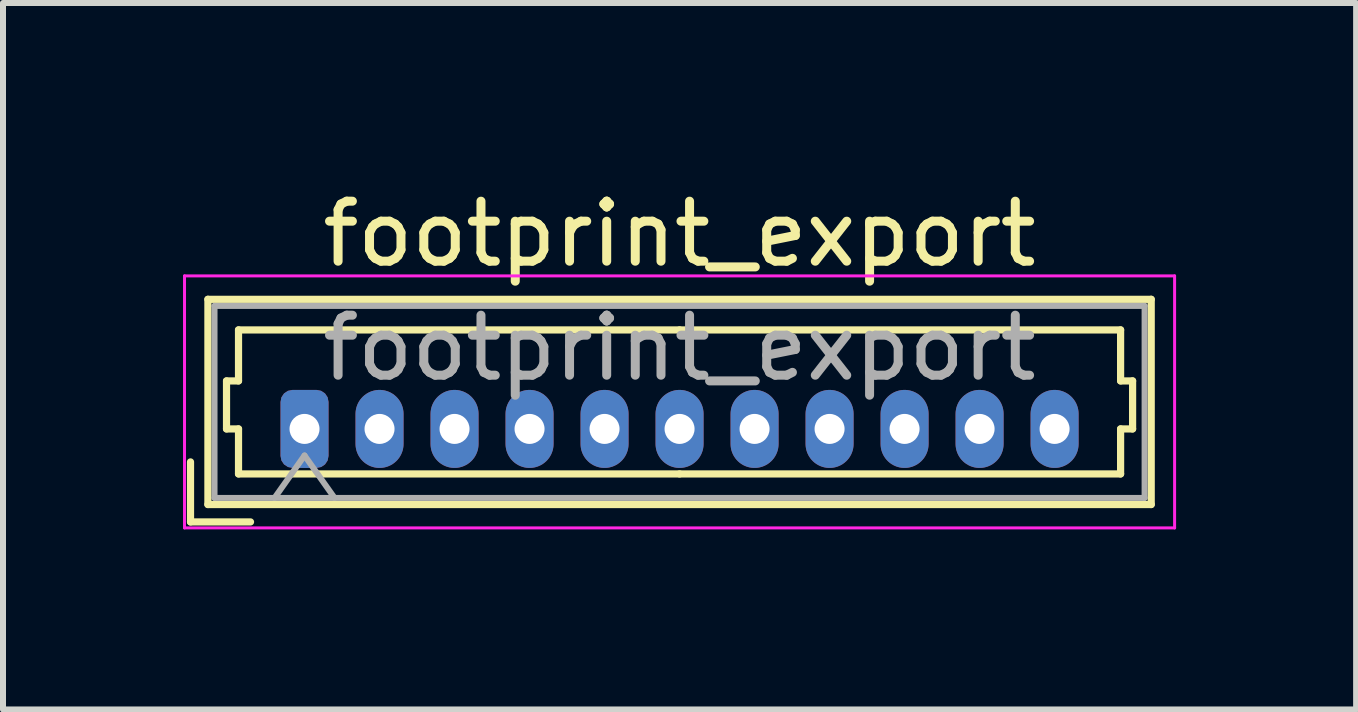
<source format=kicad_pcb>
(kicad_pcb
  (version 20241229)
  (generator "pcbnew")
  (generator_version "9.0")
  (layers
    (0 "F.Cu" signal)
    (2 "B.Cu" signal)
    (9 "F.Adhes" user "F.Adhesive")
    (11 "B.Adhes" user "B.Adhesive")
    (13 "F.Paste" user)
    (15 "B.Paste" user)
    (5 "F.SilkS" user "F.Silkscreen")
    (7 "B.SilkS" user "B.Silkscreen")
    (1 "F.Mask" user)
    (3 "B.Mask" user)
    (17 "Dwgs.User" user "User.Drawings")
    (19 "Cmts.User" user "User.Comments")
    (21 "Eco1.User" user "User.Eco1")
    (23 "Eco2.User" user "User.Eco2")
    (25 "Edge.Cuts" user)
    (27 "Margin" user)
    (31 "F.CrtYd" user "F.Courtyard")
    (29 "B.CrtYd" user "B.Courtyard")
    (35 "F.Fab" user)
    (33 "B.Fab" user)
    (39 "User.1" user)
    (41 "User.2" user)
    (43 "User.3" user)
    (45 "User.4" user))
  (footprint "footprint_export"
    (layer "F.Cu")
    (at 2.025 4.098)
    (property "Reference" "footprint_export" (at 6.25 -3.25 0) (layer "F.SilkS") (effects (font (size 1 1) (thickness 0.15))))
    (attr through_hole)
    (fp_line (start -1.9 1.55) (end -1.9 0.55) (stroke (width 0.12) (type solid)) (layer "F.SilkS"))
    (fp_line (start -1.9 1.55) (end -0.9 1.55) (stroke (width 0.12) (type solid)) (layer "F.SilkS"))
    (fp_line (start -1.61 -2.16) (end -1.61 1.26) (stroke (width 0.12) (type solid)) (layer "F.SilkS"))
    (fp_line (start -1.61 1.26) (end 14.11 1.26) (stroke (width 0.12) (type solid)) (layer "F.SilkS"))
    (fp_line (start -1.3 -0.8) (end -1.1 -0.8) (stroke (width 0.12) (type solid)) (layer "F.SilkS"))
    (fp_line (start -1.3 0) (end -1.3 -0.8) (stroke (width 0.12) (type solid)) (layer "F.SilkS"))
    (fp_line (start -1.1 -1.65) (end 6.25 -1.65) (stroke (width 0.12) (type solid)) (layer "F.SilkS"))
    (fp_line (start -1.1 -0.8) (end -1.1 -1.65) (stroke (width 0.12) (type solid)) (layer "F.SilkS"))
    (fp_line (start -1.1 0) (end -1.3 0) (stroke (width 0.12) (type solid)) (layer "F.SilkS"))
    (fp_line (start -1.1 0.75) (end -1.1 0) (stroke (width 0.12) (type solid)) (layer "F.SilkS"))
    (fp_line (start 6.25 0.75) (end -1.1 0.75) (stroke (width 0.12) (type solid)) (layer "F.SilkS"))
    (fp_line (start 6.25 0.75) (end 13.6 0.75) (stroke (width 0.12) (type solid)) (layer "F.SilkS"))
    (fp_line (start 13.6 -1.65) (end 6.25 -1.65) (stroke (width 0.12) (type solid)) (layer "F.SilkS"))
    (fp_line (start 13.6 -0.8) (end 13.6 -1.65) (stroke (width 0.12) (type solid)) (layer "F.SilkS"))
    (fp_line (start 13.6 0) (end 13.8 0) (stroke (width 0.12) (type solid)) (layer "F.SilkS"))
    (fp_line (start 13.6 0.75) (end 13.6 0) (stroke (width 0.12) (type solid)) (layer "F.SilkS"))
    (fp_line (start 13.8 -0.8) (end 13.6 -0.8) (stroke (width 0.12) (type solid)) (layer "F.SilkS"))
    (fp_line (start 13.8 0) (end 13.8 -0.8) (stroke (width 0.12) (type solid)) (layer "F.SilkS"))
    (fp_line (start 14.11 -2.16) (end -1.61 -2.16) (stroke (width 0.12) (type solid)) (layer "F.SilkS"))
    (fp_line (start 14.11 1.26) (end 14.11 -2.16) (stroke (width 0.12) (type solid)) (layer "F.SilkS"))
    (fp_line (start -2 -2.55) (end -2 1.65) (stroke (width 0.05) (type solid)) (layer "F.CrtYd"))
    (fp_line (start -2 1.65) (end 14.5 1.65) (stroke (width 0.05) (type solid)) (layer "F.CrtYd"))
    (fp_line (start 14.5 -2.55) (end -2 -2.55) (stroke (width 0.05) (type solid)) (layer "F.CrtYd"))
    (fp_line (start 14.5 1.65) (end 14.5 -2.55) (stroke (width 0.05) (type solid)) (layer "F.CrtYd"))
    (fp_line (start -1.5 -2.05) (end -1.5 1.15) (stroke (width 0.1) (type solid)) (layer "F.Fab"))
    (fp_line (start -1.5 1.15) (end 14 1.15) (stroke (width 0.1) (type solid)) (layer "F.Fab"))
    (fp_line (start -0.5 1.15) (end 0 0.443) (stroke (width 0.1) (type solid)) (layer "F.Fab"))
    (fp_line (start 0 0.443) (end 0.5 1.15) (stroke (width 0.1) (type solid)) (layer "F.Fab"))
    (fp_line (start 14 -2.05) (end -1.5 -2.05) (stroke (width 0.1) (type solid)) (layer "F.Fab"))
    (fp_line (start 14 1.15) (end 14 -2.05) (stroke (width 0.1) (type solid)) (layer "F.Fab"))
    (fp_text user "${REFERENCE}" (at 6.25 -1.35 0) (layer "F.Fab") (effects (font (size 1 1) (thickness 0.15))))
    (pad "1" thru_hole roundrect (at 0 0) (size 0.8 1.3) (drill 0.5) (layers "*.Cu" "*.Mask") (roundrect_rratio 0.25))
    (pad "2" thru_hole oval (at 1.25 0) (size 0.8 1.3) (drill 0.5) (layers "*.Cu" "*.Mask"))
    (pad "3" thru_hole oval (at 2.5 0) (size 0.8 1.3) (drill 0.5) (layers "*.Cu" "*.Mask"))
    (pad "4" thru_hole oval (at 3.75 0) (size 0.8 1.3) (drill 0.5) (layers "*.Cu" "*.Mask"))
    (pad "5" thru_hole oval (at 5 0) (size 0.8 1.3) (drill 0.5) (layers "*.Cu" "*.Mask"))
    (pad "6" thru_hole oval (at 6.25 0) (size 0.8 1.3) (drill 0.5) (layers "*.Cu" "*.Mask"))
    (pad "7" thru_hole oval (at 7.5 0) (size 0.8 1.3) (drill 0.5) (layers "*.Cu" "*.Mask"))
    (pad "8" thru_hole oval (at 8.75 0) (size 0.8 1.3) (drill 0.5) (layers "*.Cu" "*.Mask"))
    (pad "9" thru_hole oval (at 10 0) (size 0.8 1.3) (drill 0.5) (layers "*.Cu" "*.Mask"))
    (pad "10" thru_hole oval (at 11.25 0) (size 0.8 1.3) (drill 0.5) (layers "*.Cu" "*.Mask"))
    (pad "11" thru_hole oval (at 12.5 0) (size 0.8 1.3) (drill 0.5) (layers "*.Cu" "*.Mask")))
  (gr_rect
    (start -3 -3)
    (end 19.55 8.773)
    (stroke (width 0.1) (type default))
    (fill no)
    (layer "Edge.Cuts")))
</source>
